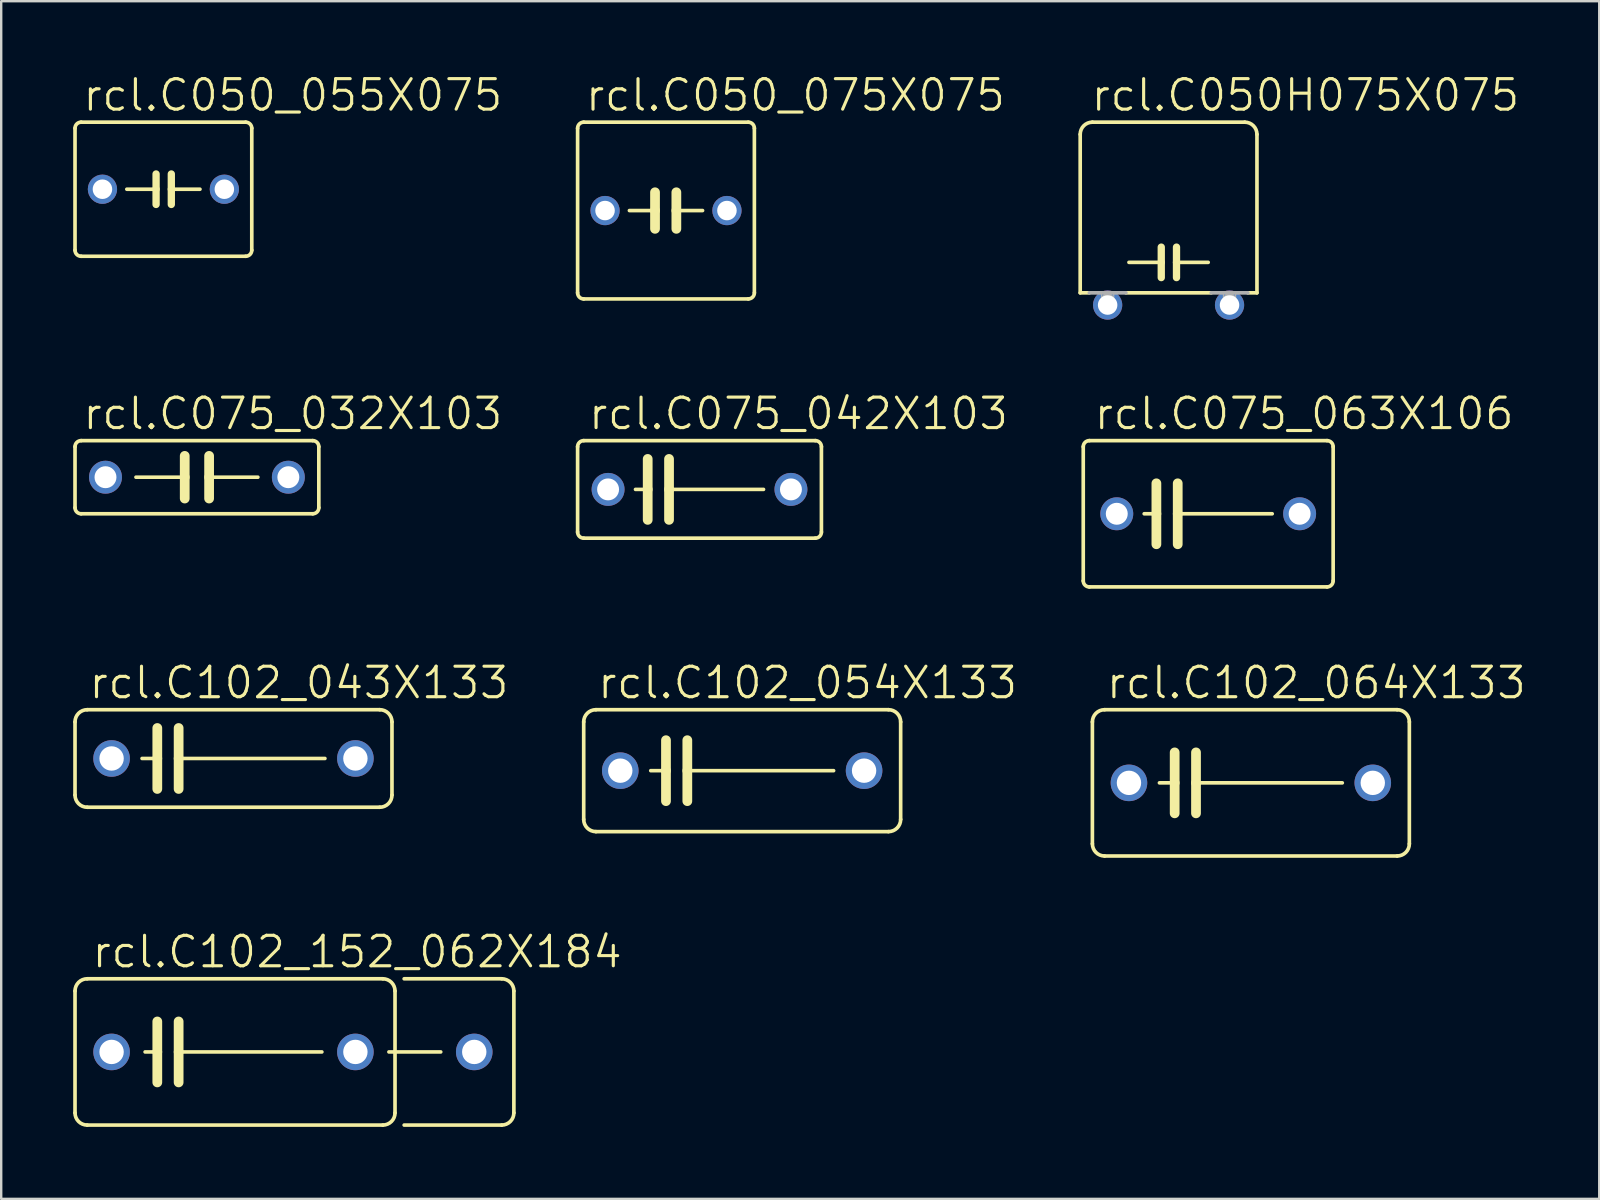
<source format=kicad_pcb>
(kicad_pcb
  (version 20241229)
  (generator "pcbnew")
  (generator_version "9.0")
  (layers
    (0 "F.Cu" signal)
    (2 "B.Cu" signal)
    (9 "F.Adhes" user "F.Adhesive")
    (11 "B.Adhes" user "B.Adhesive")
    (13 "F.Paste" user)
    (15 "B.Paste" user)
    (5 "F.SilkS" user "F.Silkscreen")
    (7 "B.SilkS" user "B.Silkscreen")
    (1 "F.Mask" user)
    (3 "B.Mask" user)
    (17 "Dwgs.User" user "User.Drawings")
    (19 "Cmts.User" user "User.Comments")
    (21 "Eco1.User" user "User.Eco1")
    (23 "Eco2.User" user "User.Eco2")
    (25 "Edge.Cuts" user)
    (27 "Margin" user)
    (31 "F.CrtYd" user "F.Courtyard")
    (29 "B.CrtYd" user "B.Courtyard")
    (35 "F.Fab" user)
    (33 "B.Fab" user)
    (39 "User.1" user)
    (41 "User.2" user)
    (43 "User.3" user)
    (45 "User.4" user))
  (footprint "rcl.C075_032X103"
    (layer "F.Cu")
    (at 5.156 16.836)
    (property "Reference" "rcl.C075_032X103" (at -4.826 -1.905 0) (layer "F.SilkS") (effects (font (size 1.27 1.27) (thickness 0.13)) (justify left bottom)))
    (attr through_hole)
    (fp_line (start -5.08 -1.27) (end -5.08 1.27) (stroke (width 0.152) (type default)) (layer "F.SilkS"))
    (fp_line (start -4.826 1.524) (end 4.826 1.524) (stroke (width 0.152) (type default)) (layer "F.SilkS"))
    (fp_line (start -2.54 0) (end -0.508 0) (stroke (width 0.152) (type default)) (layer "F.SilkS"))
    (fp_line (start -0.508 -0.889) (end -0.508 0) (stroke (width 0.406) (type default)) (layer "F.SilkS"))
    (fp_line (start -0.508 0) (end -0.508 0.889) (stroke (width 0.406) (type default)) (layer "F.SilkS"))
    (fp_line (start 0.508 -0.889) (end 0.508 0) (stroke (width 0.406) (type default)) (layer "F.SilkS"))
    (fp_line (start 0.508 0) (end 0.508 0.889) (stroke (width 0.406) (type default)) (layer "F.SilkS"))
    (fp_line (start 0.508 0) (end 2.54 0) (stroke (width 0.152) (type default)) (layer "F.SilkS"))
    (fp_line (start 4.826 -1.524) (end -4.826 -1.524) (stroke (width 0.152) (type default)) (layer "F.SilkS"))
    (fp_line (start 5.08 1.27) (end 5.08 -1.27) (stroke (width 0.152) (type default)) (layer "F.SilkS"))
    (fp_arc (start -5.08 -1.27) (mid -5.005605 -1.449605) (end -4.826 -1.524) (stroke (width 0.1524) (type default)) (layer "F.SilkS"))
    (fp_arc (start -4.826 1.524) (mid -5.005605 1.449605) (end -5.08 1.27) (stroke (width 0.1524) (type default)) (layer "F.SilkS"))
    (fp_arc (start 4.826 -1.524) (mid 5.005605 -1.449605) (end 5.08 -1.27) (stroke (width 0.1524) (type default)) (layer "F.SilkS"))
    (fp_arc (start 5.08 1.27) (mid 5.005605 1.449605) (end 4.826 1.524) (stroke (width 0.1524) (type default)) (layer "F.SilkS"))
    (pad "1" thru_hole circle (at -3.81 0) (size 1.372 1.372) (drill 0.914) (layers "*.Cu" "*.Mask"))
    (pad "2" thru_hole circle (at 3.81 0) (size 1.372 1.372) (drill 0.914) (layers "*.Cu" "*.Mask")))
  (footprint "rcl.C102_152_062X184"
    (layer "F.Cu")
    (at 6.68 40.786)
    (property "Reference" "rcl.C102_152_062X184" (at -5.969 -3.429 0) (layer "F.SilkS") (effects (font (size 1.27 1.27) (thickness 0.13)) (justify left bottom)))
    (attr through_hole)
    (fp_line (start -6.604 2.54) (end -6.604 -2.54) (stroke (width 0.152) (type default)) (layer "F.SilkS"))
    (fp_line (start -6.096 -3.048) (end 6.223 -3.048) (stroke (width 0.152) (type default)) (layer "F.SilkS"))
    (fp_line (start -3.683 0) (end -3.175 0) (stroke (width 0.152) (type default)) (layer "F.SilkS"))
    (fp_line (start -3.175 -1.27) (end -3.175 0) (stroke (width 0.406) (type default)) (layer "F.SilkS"))
    (fp_line (start -3.175 0) (end -3.175 1.27) (stroke (width 0.406) (type default)) (layer "F.SilkS"))
    (fp_line (start -2.286 -1.27) (end -2.286 0) (stroke (width 0.406) (type default)) (layer "F.SilkS"))
    (fp_line (start -2.286 0) (end -2.286 1.27) (stroke (width 0.406) (type default)) (layer "F.SilkS"))
    (fp_line (start -2.286 0) (end 3.683 0) (stroke (width 0.152) (type default)) (layer "F.SilkS"))
    (fp_line (start 6.223 3.048) (end -6.096 3.048) (stroke (width 0.152) (type default)) (layer "F.SilkS"))
    (fp_line (start 6.477 0) (end 8.636 0) (stroke (width 0.152) (type default)) (layer "F.SilkS"))
    (fp_line (start 6.731 -2.54) (end 6.731 2.54) (stroke (width 0.152) (type default)) (layer "F.SilkS"))
    (fp_line (start 7.112 -3.048) (end 11.176 -3.048) (stroke (width 0.152) (type default)) (layer "F.SilkS"))
    (fp_line (start 11.176 3.048) (end 7.112 3.048) (stroke (width 0.152) (type default)) (layer "F.SilkS"))
    (fp_line (start 11.684 -2.54) (end 11.684 2.54) (stroke (width 0.152) (type default)) (layer "F.SilkS"))
    (fp_arc (start -6.604 -2.54) (mid -6.45521 -2.89921) (end -6.096 -3.048) (stroke (width 0.1524) (type default)) (layer "F.SilkS"))
    (fp_arc (start -6.096 3.048) (mid -6.45521 2.89921) (end -6.604 2.54) (stroke (width 0.1524) (type default)) (layer "F.SilkS"))
    (fp_arc (start 6.223 -3.048) (mid 6.58221 -2.89921) (end 6.731 -2.54) (stroke (width 0.1524) (type default)) (layer "F.SilkS"))
    (fp_arc (start 6.731 2.54) (mid 6.58221 2.89921) (end 6.223 3.048) (stroke (width 0.1524) (type default)) (layer "F.SilkS"))
    (fp_arc (start 11.176 -3.048) (mid 11.53521 -2.89921) (end 11.684 -2.54) (stroke (width 0.1524) (type default)) (layer "F.SilkS"))
    (fp_arc (start 11.684 2.54) (mid 11.53521 2.89921) (end 11.176 3.048) (stroke (width 0.1524) (type default)) (layer "F.SilkS"))
    (pad "1" thru_hole circle (at -5.08 0) (size 1.524 1.524) (drill 1.016) (layers "*.Cu" "*.Mask"))
    (pad "2" thru_hole circle (at 5.08 0) (size 1.524 1.524) (drill 1.016) (layers "*.Cu" "*.Mask"))
    (pad "3" thru_hole circle (at 10.033 0) (size 1.524 1.524) (drill 1.016) (layers "*.Cu" "*.Mask")))
  (footprint "rcl.C050_075X075"
    (layer "F.Cu")
    (at 24.703 5.724)
    (property "Reference" "rcl.C050_075X075" (at -3.429 -4.064 0) (layer "F.SilkS") (effects (font (size 1.27 1.27) (thickness 0.13)) (justify left bottom)))
    (attr through_hole)
    (fp_line (start -3.683 -3.429) (end -3.683 3.429) (stroke (width 0.152) (type default)) (layer "F.SilkS"))
    (fp_line (start -3.429 3.683) (end 3.429 3.683) (stroke (width 0.152) (type default)) (layer "F.SilkS"))
    (fp_line (start -1.524 0) (end -0.457 0) (stroke (width 0.152) (type default)) (layer "F.SilkS"))
    (fp_line (start -0.457 0) (end -0.457 -0.762) (stroke (width 0.406) (type default)) (layer "F.SilkS"))
    (fp_line (start -0.457 0) (end -0.457 0.762) (stroke (width 0.406) (type default)) (layer "F.SilkS"))
    (fp_line (start 0.432 -0.762) (end 0.432 0) (stroke (width 0.406) (type default)) (layer "F.SilkS"))
    (fp_line (start 0.432 0) (end 0.432 0.762) (stroke (width 0.406) (type default)) (layer "F.SilkS"))
    (fp_line (start 0.432 0) (end 1.524 0) (stroke (width 0.152) (type default)) (layer "F.SilkS"))
    (fp_line (start 3.429 -3.683) (end -3.429 -3.683) (stroke (width 0.152) (type default)) (layer "F.SilkS"))
    (fp_line (start 3.683 3.429) (end 3.683 -3.429) (stroke (width 0.152) (type default)) (layer "F.SilkS"))
    (fp_arc (start -3.683 -3.429) (mid -3.608605 -3.608605) (end -3.429 -3.683) (stroke (width 0.1524) (type default)) (layer "F.SilkS"))
    (fp_arc (start -3.429 3.683) (mid -3.608605 3.608605) (end -3.683 3.429) (stroke (width 0.1524) (type default)) (layer "F.SilkS"))
    (fp_arc (start 3.429 -3.683) (mid 3.608605 -3.608605) (end 3.683 -3.429) (stroke (width 0.1524) (type default)) (layer "F.SilkS"))
    (fp_arc (start 3.683 3.429) (mid 3.608605 3.608605) (end 3.429 3.683) (stroke (width 0.1524) (type default)) (layer "F.SilkS"))
    (pad "1" thru_hole circle (at -2.54 0) (size 1.219 1.219) (drill 0.813) (layers "*.Cu" "*.Mask"))
    (pad "2" thru_hole circle (at 2.54 0) (size 1.219 1.219) (drill 0.813) (layers "*.Cu" "*.Mask")))
  (footprint "rcl.C102_043X133"
    (layer "F.Cu")
    (at 6.68 28.557)
    (property "Reference" "rcl.C102_043X133" (at -6.096 -2.413 0) (layer "F.SilkS") (effects (font (size 1.27 1.27) (thickness 0.13)) (justify left bottom)))
    (attr through_hole)
    (fp_line (start -6.604 1.524) (end -6.604 -1.524) (stroke (width 0.152) (type default)) (layer "F.SilkS"))
    (fp_line (start -6.096 -2.032) (end 6.096 -2.032) (stroke (width 0.152) (type default)) (layer "F.SilkS"))
    (fp_line (start -3.81 0) (end -3.175 0) (stroke (width 0.152) (type default)) (layer "F.SilkS"))
    (fp_line (start -3.175 -1.27) (end -3.175 0) (stroke (width 0.406) (type default)) (layer "F.SilkS"))
    (fp_line (start -3.175 0) (end -3.175 1.27) (stroke (width 0.406) (type default)) (layer "F.SilkS"))
    (fp_line (start -2.286 -1.27) (end -2.286 0) (stroke (width 0.406) (type default)) (layer "F.SilkS"))
    (fp_line (start -2.286 0) (end -2.286 1.27) (stroke (width 0.406) (type default)) (layer "F.SilkS"))
    (fp_line (start 3.81 0) (end -2.286 0) (stroke (width 0.152) (type default)) (layer "F.SilkS"))
    (fp_line (start 6.096 2.032) (end -6.096 2.032) (stroke (width 0.152) (type default)) (layer "F.SilkS"))
    (fp_line (start 6.604 -1.524) (end 6.604 1.524) (stroke (width 0.152) (type default)) (layer "F.SilkS"))
    (fp_arc (start -6.604 -1.524) (mid -6.45521 -1.88321) (end -6.096 -2.032) (stroke (width 0.1524) (type default)) (layer "F.SilkS"))
    (fp_arc (start -6.096 2.032) (mid -6.45521 1.88321) (end -6.604 1.524) (stroke (width 0.1524) (type default)) (layer "F.SilkS"))
    (fp_arc (start 6.096 -2.032) (mid 6.45521 -1.88321) (end 6.604 -1.524) (stroke (width 0.1524) (type default)) (layer "F.SilkS"))
    (fp_arc (start 6.604 1.524) (mid 6.45521 1.88321) (end 6.096 2.032) (stroke (width 0.1524) (type default)) (layer "F.SilkS"))
    (pad "1" thru_hole circle (at -5.08 0) (size 1.524 1.524) (drill 1.016) (layers "*.Cu" "*.Mask"))
    (pad "2" thru_hole circle (at 5.08 0) (size 1.524 1.524) (drill 1.016) (layers "*.Cu" "*.Mask")))
  (footprint "rcl.C050H075X075"
    (layer "F.Cu")
    (at 45.647 9.661)
    (property "Reference" "rcl.C050H075X075" (at -3.302 -8.001 0) (layer "F.SilkS") (effects (font (size 1.27 1.27) (thickness 0.13)) (justify left bottom)))
    (attr through_hole)
    (fp_line (start -3.683 -7.112) (end -3.683 -0.508) (stroke (width 0.152) (type default)) (layer "F.SilkS"))
    (fp_line (start -3.683 -0.508) (end -3.302 -0.508) (stroke (width 0.152) (type default)) (layer "F.SilkS"))
    (fp_line (start -1.778 -0.508) (end 1.778 -0.508) (stroke (width 0.152) (type default)) (layer "F.SilkS"))
    (fp_line (start -0.305 -2.413) (end -0.305 -1.778) (stroke (width 0.305) (type default)) (layer "F.SilkS"))
    (fp_line (start -0.305 -1.778) (end -1.651 -1.778) (stroke (width 0.152) (type default)) (layer "F.SilkS"))
    (fp_line (start -0.305 -1.778) (end -0.305 -1.143) (stroke (width 0.305) (type default)) (layer "F.SilkS"))
    (fp_line (start 0.33 -2.413) (end 0.33 -1.778) (stroke (width 0.305) (type default)) (layer "F.SilkS"))
    (fp_line (start 0.33 -1.778) (end 0.33 -1.143) (stroke (width 0.305) (type default)) (layer "F.SilkS"))
    (fp_line (start 0.33 -1.778) (end 1.651 -1.778) (stroke (width 0.152) (type default)) (layer "F.SilkS"))
    (fp_line (start 3.175 -7.62) (end -3.175 -7.62) (stroke (width 0.152) (type default)) (layer "F.SilkS"))
    (fp_line (start 3.302 -0.508) (end 3.683 -0.508) (stroke (width 0.152) (type default)) (layer "F.SilkS"))
    (fp_line (start 3.683 -0.508) (end 3.683 -7.112) (stroke (width 0.152) (type default)) (layer "F.SilkS"))
    (fp_arc (start -3.683 -7.112) (mid -3.53421 -7.47121) (end -3.175 -7.62) (stroke (width 0.1524) (type default)) (layer "F.SilkS"))
    (fp_arc (start 3.175 -7.62) (mid 3.53421 -7.47121) (end 3.683 -7.112) (stroke (width 0.1524) (type default)) (layer "F.SilkS"))
    (fp_line (start -3.302 -0.508) (end -1.778 -0.508) (stroke (width 0.152) (type default)) (layer "F.Fab"))
    (fp_line (start -2.54 0) (end -2.54 -0.254) (stroke (width 0.508) (type default)) (layer "F.Fab"))
    (fp_line (start 1.778 -0.508) (end 3.302 -0.508) (stroke (width 0.152) (type default)) (layer "F.Fab"))
    (fp_line (start 2.54 0) (end 2.54 -0.254) (stroke (width 0.508) (type default)) (layer "F.Fab"))
    (fp_rect (start -2.794 -0.127) (end -2.286 -0.508) (stroke (width 0.05) (type default)) (fill no) (layer "F.Fab"))
    (fp_rect (start 2.286 -0.127) (end 2.794 -0.508) (stroke (width 0.05) (type default)) (fill no) (layer "F.Fab"))
    (pad "1" thru_hole circle (at -2.54 0) (size 1.219 1.219) (drill 0.813) (layers "*.Cu" "*.Mask"))
    (pad "2" thru_hole circle (at 2.54 0) (size 1.219 1.219) (drill 0.813) (layers "*.Cu" "*.Mask")))
  (footprint "rcl.C102_064X133"
    (layer "F.Cu")
    (at 49.076 29.573)
    (property "Reference" "rcl.C102_064X133" (at -6.096 -3.429 0) (layer "F.SilkS") (effects (font (size 1.27 1.27) (thickness 0.13)) (justify left bottom)))
    (attr through_hole)
    (fp_line (start -6.604 2.54) (end -6.604 -2.54) (stroke (width 0.152) (type default)) (layer "F.SilkS"))
    (fp_line (start -6.096 -3.048) (end 6.096 -3.048) (stroke (width 0.152) (type default)) (layer "F.SilkS"))
    (fp_line (start -3.81 0) (end -3.175 0) (stroke (width 0.152) (type default)) (layer "F.SilkS"))
    (fp_line (start -3.175 -1.27) (end -3.175 0) (stroke (width 0.406) (type default)) (layer "F.SilkS"))
    (fp_line (start -3.175 0) (end -3.175 1.27) (stroke (width 0.406) (type default)) (layer "F.SilkS"))
    (fp_line (start -2.286 -1.27) (end -2.286 0) (stroke (width 0.406) (type default)) (layer "F.SilkS"))
    (fp_line (start -2.286 0) (end -2.286 1.27) (stroke (width 0.406) (type default)) (layer "F.SilkS"))
    (fp_line (start 3.81 0) (end -2.286 0) (stroke (width 0.152) (type default)) (layer "F.SilkS"))
    (fp_line (start 6.096 3.048) (end -6.096 3.048) (stroke (width 0.152) (type default)) (layer "F.SilkS"))
    (fp_line (start 6.604 -2.54) (end 6.604 2.54) (stroke (width 0.152) (type default)) (layer "F.SilkS"))
    (fp_arc (start -6.604 -2.54) (mid -6.45521 -2.89921) (end -6.096 -3.048) (stroke (width 0.1524) (type default)) (layer "F.SilkS"))
    (fp_arc (start -6.096 3.048) (mid -6.45521 2.89921) (end -6.604 2.54) (stroke (width 0.1524) (type default)) (layer "F.SilkS"))
    (fp_arc (start 6.096 -3.048) (mid 6.45521 -2.89921) (end 6.604 -2.54) (stroke (width 0.1524) (type default)) (layer "F.SilkS"))
    (fp_arc (start 6.604 2.54) (mid 6.45521 2.89921) (end 6.096 3.048) (stroke (width 0.1524) (type default)) (layer "F.SilkS"))
    (pad "1" thru_hole circle (at -5.08 0) (size 1.524 1.524) (drill 1.016) (layers "*.Cu" "*.Mask"))
    (pad "2" thru_hole circle (at 5.08 0) (size 1.524 1.524) (drill 1.016) (layers "*.Cu" "*.Mask")))
  (footprint "rcl.C075_042X103"
    (layer "F.Cu")
    (at 26.1 17.344)
    (property "Reference" "rcl.C075_042X103" (at -4.699 -2.413 0) (layer "F.SilkS") (effects (font (size 1.27 1.27) (thickness 0.13)) (justify left bottom)))
    (attr through_hole)
    (fp_line (start -5.08 -1.778) (end -5.08 1.778) (stroke (width 0.152) (type default)) (layer "F.SilkS"))
    (fp_line (start -4.826 2.032) (end 4.826 2.032) (stroke (width 0.152) (type default)) (layer "F.SilkS"))
    (fp_line (start -2.667 0) (end -2.159 0) (stroke (width 0.152) (type default)) (layer "F.SilkS"))
    (fp_line (start -2.159 -1.27) (end -2.159 0) (stroke (width 0.406) (type default)) (layer "F.SilkS"))
    (fp_line (start -2.159 0) (end -2.159 1.27) (stroke (width 0.406) (type default)) (layer "F.SilkS"))
    (fp_line (start -1.27 -1.27) (end -1.27 0) (stroke (width 0.406) (type default)) (layer "F.SilkS"))
    (fp_line (start -1.27 0) (end -1.27 1.27) (stroke (width 0.406) (type default)) (layer "F.SilkS"))
    (fp_line (start -1.27 0) (end 2.667 0) (stroke (width 0.152) (type default)) (layer "F.SilkS"))
    (fp_line (start 4.826 -2.032) (end -4.826 -2.032) (stroke (width 0.152) (type default)) (layer "F.SilkS"))
    (fp_line (start 5.08 1.778) (end 5.08 -1.778) (stroke (width 0.152) (type default)) (layer "F.SilkS"))
    (fp_arc (start -5.08 -1.778) (mid -5.005605 -1.957605) (end -4.826 -2.032) (stroke (width 0.1524) (type default)) (layer "F.SilkS"))
    (fp_arc (start -4.826 2.032) (mid -5.005605 1.957605) (end -5.08 1.778) (stroke (width 0.1524) (type default)) (layer "F.SilkS"))
    (fp_arc (start 4.826 -2.032) (mid 5.005605 -1.957605) (end 5.08 -1.778) (stroke (width 0.1524) (type default)) (layer "F.SilkS"))
    (fp_arc (start 5.08 1.778) (mid 5.005605 1.957605) (end 4.826 2.032) (stroke (width 0.1524) (type default)) (layer "F.SilkS"))
    (pad "1" thru_hole circle (at -3.81 0) (size 1.372 1.372) (drill 0.914) (layers "*.Cu" "*.Mask"))
    (pad "2" thru_hole circle (at 3.81 0) (size 1.372 1.372) (drill 0.914) (layers "*.Cu" "*.Mask")))
  (footprint "rcl.C075_063X106"
    (layer "F.Cu")
    (at 47.298 18.36)
    (property "Reference" "rcl.C075_063X106" (at -4.826 -3.429 0) (layer "F.SilkS") (effects (font (size 1.27 1.27) (thickness 0.13)) (justify left bottom)))
    (attr through_hole)
    (fp_line (start -5.207 -2.794) (end -5.207 2.794) (stroke (width 0.152) (type default)) (layer "F.SilkS"))
    (fp_line (start -4.953 3.048) (end 4.953 3.048) (stroke (width 0.152) (type default)) (layer "F.SilkS"))
    (fp_line (start -2.667 0) (end -2.159 0) (stroke (width 0.152) (type default)) (layer "F.SilkS"))
    (fp_line (start -2.159 -1.27) (end -2.159 0) (stroke (width 0.406) (type default)) (layer "F.SilkS"))
    (fp_line (start -2.159 0) (end -2.159 1.27) (stroke (width 0.406) (type default)) (layer "F.SilkS"))
    (fp_line (start -1.27 -1.27) (end -1.27 0) (stroke (width 0.406) (type default)) (layer "F.SilkS"))
    (fp_line (start -1.27 0) (end -1.27 1.27) (stroke (width 0.406) (type default)) (layer "F.SilkS"))
    (fp_line (start -1.27 0) (end 2.667 0) (stroke (width 0.152) (type default)) (layer "F.SilkS"))
    (fp_line (start 4.953 -3.048) (end -4.953 -3.048) (stroke (width 0.152) (type default)) (layer "F.SilkS"))
    (fp_line (start 5.207 2.794) (end 5.207 -2.794) (stroke (width 0.152) (type default)) (layer "F.SilkS"))
    (fp_arc (start -5.207 -2.794) (mid -5.132605 -2.973605) (end -4.953 -3.048) (stroke (width 0.1524) (type default)) (layer "F.SilkS"))
    (fp_arc (start -4.953 3.048) (mid -5.132605 2.973605) (end -5.207 2.794) (stroke (width 0.1524) (type default)) (layer "F.SilkS"))
    (fp_arc (start 4.953 -3.048) (mid 5.132605 -2.973605) (end 5.207 -2.794) (stroke (width 0.1524) (type default)) (layer "F.SilkS"))
    (fp_arc (start 5.207 2.794) (mid 5.132605 2.973605) (end 4.953 3.048) (stroke (width 0.1524) (type default)) (layer "F.SilkS"))
    (pad "1" thru_hole circle (at -3.81 0) (size 1.372 1.372) (drill 0.914) (layers "*.Cu" "*.Mask"))
    (pad "2" thru_hole circle (at 3.81 0) (size 1.372 1.372) (drill 0.914) (layers "*.Cu" "*.Mask")))
  (footprint "rcl.C050_055X075"
    (layer "F.Cu")
    (at 3.759 4.835)
    (property "Reference" "rcl.C050_055X075" (at -3.429 -3.175 0) (layer "F.SilkS") (effects (font (size 1.27 1.27) (thickness 0.13)) (justify left bottom)))
    (attr through_hole)
    (fp_line (start -3.683 -2.54) (end -3.683 2.54) (stroke (width 0.152) (type default)) (layer "F.SilkS"))
    (fp_line (start -3.429 2.794) (end 3.429 2.794) (stroke (width 0.152) (type default)) (layer "F.SilkS"))
    (fp_line (start -0.305 -0.635) (end -0.305 0) (stroke (width 0.305) (type default)) (layer "F.SilkS"))
    (fp_line (start -0.305 0) (end -1.524 0) (stroke (width 0.152) (type default)) (layer "F.SilkS"))
    (fp_line (start -0.305 0) (end -0.305 0.635) (stroke (width 0.305) (type default)) (layer "F.SilkS"))
    (fp_line (start 0.33 -0.635) (end 0.33 0) (stroke (width 0.305) (type default)) (layer "F.SilkS"))
    (fp_line (start 0.33 0) (end 0.33 0.635) (stroke (width 0.305) (type default)) (layer "F.SilkS"))
    (fp_line (start 0.33 0) (end 1.524 0) (stroke (width 0.152) (type default)) (layer "F.SilkS"))
    (fp_line (start 3.429 -2.794) (end -3.429 -2.794) (stroke (width 0.152) (type default)) (layer "F.SilkS"))
    (fp_line (start 3.683 2.54) (end 3.683 -2.54) (stroke (width 0.152) (type default)) (layer "F.SilkS"))
    (fp_arc (start -3.683 -2.54) (mid -3.608605 -2.719605) (end -3.429 -2.794) (stroke (width 0.1524) (type default)) (layer "F.SilkS"))
    (fp_arc (start -3.429 2.794) (mid -3.608605 2.719605) (end -3.683 2.54) (stroke (width 0.1524) (type default)) (layer "F.SilkS"))
    (fp_arc (start 3.429 -2.794) (mid 3.608605 -2.719605) (end 3.683 -2.54) (stroke (width 0.1524) (type default)) (layer "F.SilkS"))
    (fp_arc (start 3.683 2.54) (mid 3.608605 2.719605) (end 3.429 2.794) (stroke (width 0.1524) (type default)) (layer "F.SilkS"))
    (pad "1" thru_hole circle (at -2.54 0) (size 1.219 1.219) (drill 0.813) (layers "*.Cu" "*.Mask"))
    (pad "2" thru_hole circle (at 2.54 0) (size 1.219 1.219) (drill 0.813) (layers "*.Cu" "*.Mask")))
  (footprint "rcl.C102_054X133"
    (layer "F.Cu")
    (at 27.878 29.065)
    (property "Reference" "rcl.C102_054X133" (at -6.096 -2.921 0) (layer "F.SilkS") (effects (font (size 1.27 1.27) (thickness 0.13)) (justify left bottom)))
    (attr through_hole)
    (fp_line (start -6.604 2.032) (end -6.604 -2.032) (stroke (width 0.152) (type default)) (layer "F.SilkS"))
    (fp_line (start -6.096 -2.54) (end 6.096 -2.54) (stroke (width 0.152) (type default)) (layer "F.SilkS"))
    (fp_line (start -3.81 0) (end -3.175 0) (stroke (width 0.152) (type default)) (layer "F.SilkS"))
    (fp_line (start -3.175 -1.27) (end -3.175 0) (stroke (width 0.406) (type default)) (layer "F.SilkS"))
    (fp_line (start -3.175 0) (end -3.175 1.27) (stroke (width 0.406) (type default)) (layer "F.SilkS"))
    (fp_line (start -2.286 -1.27) (end -2.286 0) (stroke (width 0.406) (type default)) (layer "F.SilkS"))
    (fp_line (start -2.286 0) (end -2.286 1.27) (stroke (width 0.406) (type default)) (layer "F.SilkS"))
    (fp_line (start 3.81 0) (end -2.286 0) (stroke (width 0.152) (type default)) (layer "F.SilkS"))
    (fp_line (start 6.096 2.54) (end -6.096 2.54) (stroke (width 0.152) (type default)) (layer "F.SilkS"))
    (fp_line (start 6.604 -2.032) (end 6.604 2.032) (stroke (width 0.152) (type default)) (layer "F.SilkS"))
    (fp_arc (start -6.604 -2.032) (mid -6.45521 -2.39121) (end -6.096 -2.54) (stroke (width 0.1524) (type default)) (layer "F.SilkS"))
    (fp_arc (start -6.096 2.54) (mid -6.45521 2.39121) (end -6.604 2.032) (stroke (width 0.1524) (type default)) (layer "F.SilkS"))
    (fp_arc (start 6.096 -2.54) (mid 6.45521 -2.39121) (end 6.604 -2.032) (stroke (width 0.1524) (type default)) (layer "F.SilkS"))
    (fp_arc (start 6.604 2.032) (mid 6.45521 2.39121) (end 6.096 2.54) (stroke (width 0.1524) (type default)) (layer "F.SilkS"))
    (pad "1" thru_hole circle (at -5.08 0) (size 1.524 1.524) (drill 1.016) (layers "*.Cu" "*.Mask"))
    (pad "2" thru_hole circle (at 5.08 0) (size 1.524 1.524) (drill 1.016) (layers "*.Cu" "*.Mask")))
  (gr_rect
    (start -3 -3)
    (end 63.593 46.91)
    (stroke (width 0.1) (type default))
    (fill no)
    (layer "Edge.Cuts")))
</source>
